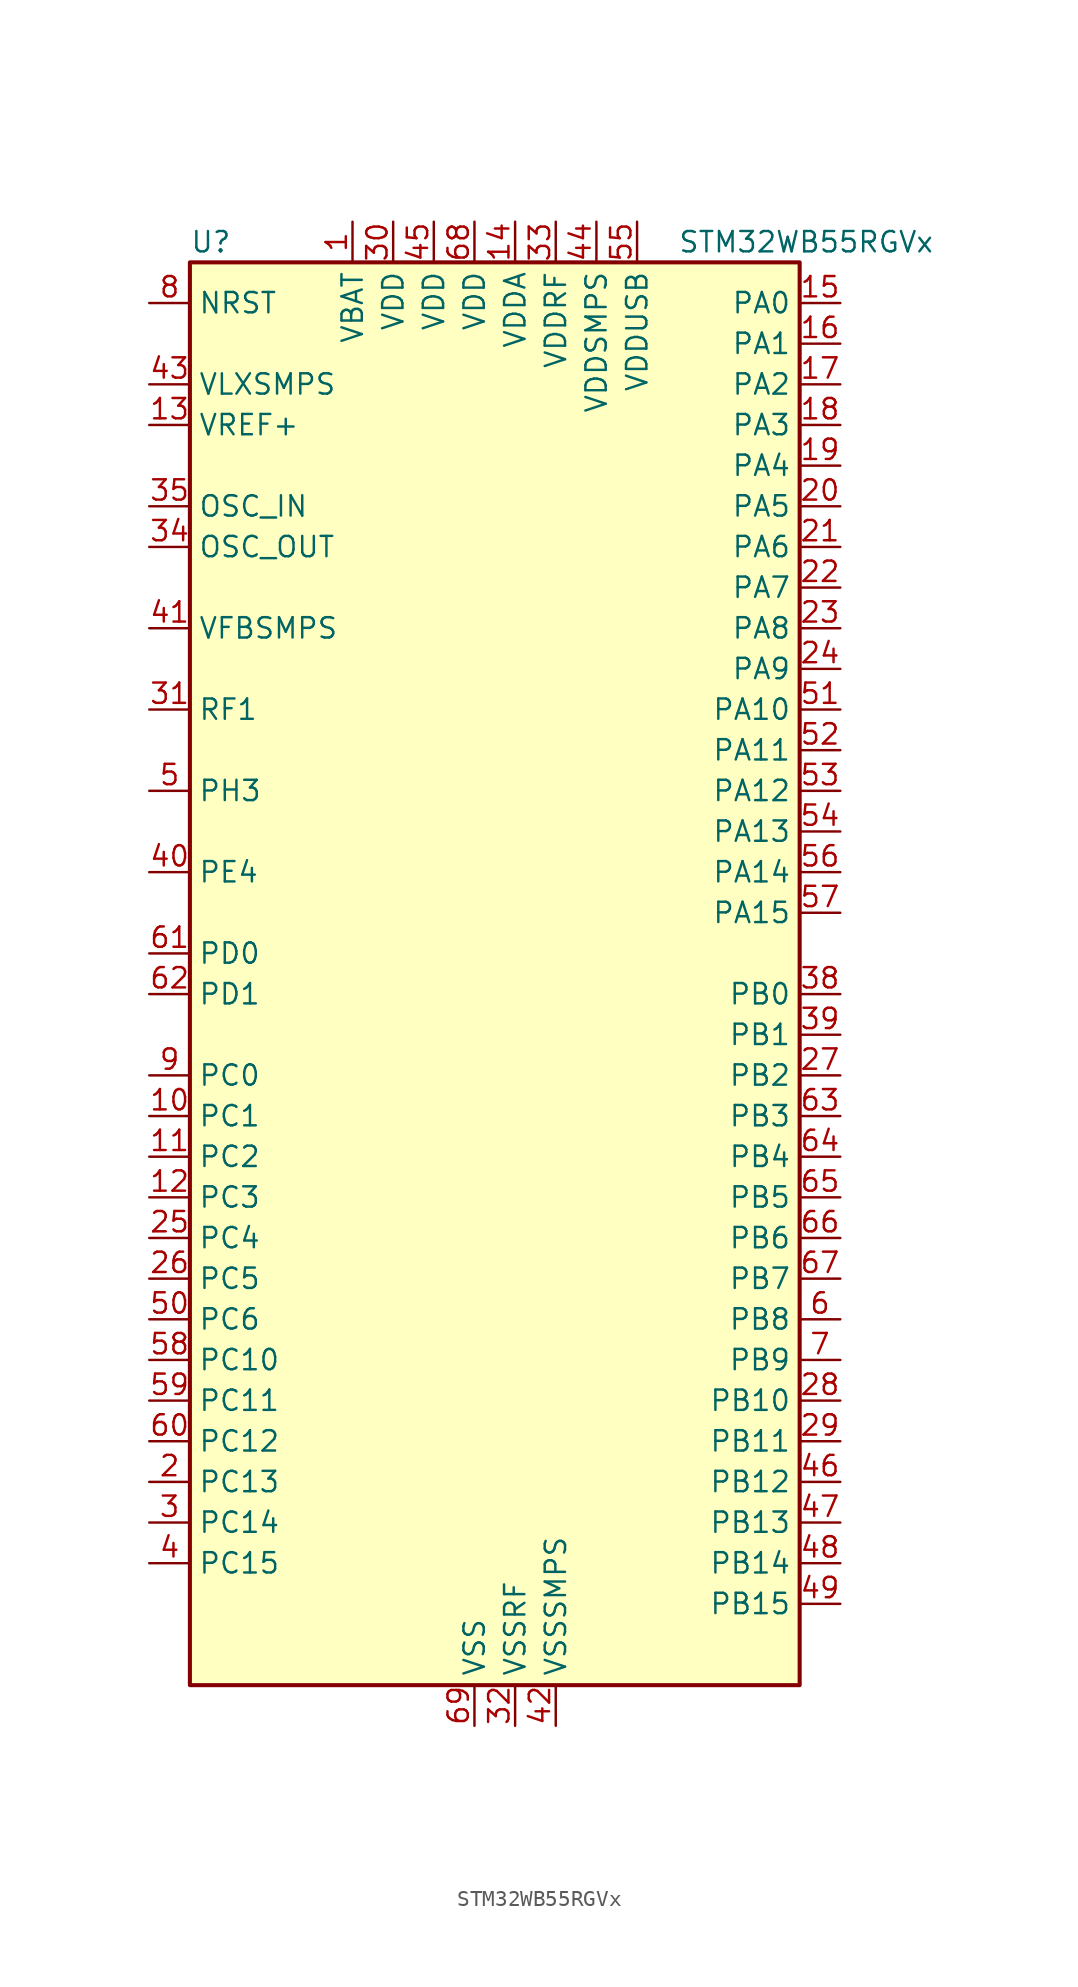
<source format=kicad_sym>
(kicad_symbol_lib
  (version 20220914)
  (generator kicad_symbol_editor)
  (symbol "STM32WB55RGVx"
    (property "Reference" "U"
      (at -17.78 46.99 0)
      (effects (font (size 1.27 1.27)) (justify left)))
    (property "Value" "STM32WB55RGVx"
      (at 12.7 46.99 0)
      (effects (font (size 1.27 1.27)) (justify left)))
    (property "ki_locked" ""
      (at 0 0 0)
      (effects (font (size 1.27 1.27))))
    (symbol "STM32WB55RGVx_0_1"
      (rectangle (start -17.78 -43.18) (end 20.32 45.72) (stroke (width 0.254) (type default)) (fill (type background))))
    (symbol "STM32WB55RGVx_1_1"
      (pin power_in line (at -7.62 48.26 270) (length 2.54) (name "VBAT" (effects (font (size 1.27 1.27)))) (number "1" (effects (font (size 1.27 1.27)))))
      (pin bidirectional line (at -20.32 -7.62 0) (length 2.54) (name "PC1" (effects (font (size 1.27 1.27)))) (number "10" (effects (font (size 1.27 1.27)))) (alternate "ADC1_IN2" bidirectional line) (alternate "I2C3_SDA" bidirectional line) (alternate "LCD_SEG19" bidirectional line) (alternate "LPTIM1_OUT" bidirectional line) (alternate "LPUART1_TX" bidirectional line) (alternate "SPI2_MOSI" bidirectional line))
      (pin bidirectional line (at -20.32 -10.16 0) (length 2.54) (name "PC2" (effects (font (size 1.27 1.27)))) (number "11" (effects (font (size 1.27 1.27)))) (alternate "ADC1_IN3" bidirectional line) (alternate "LCD_SEG20" bidirectional line) (alternate "LPTIM1_IN2" bidirectional line) (alternate "SPI2_MISO" bidirectional line))
      (pin bidirectional line (at -20.32 -12.7 0) (length 2.54) (name "PC3" (effects (font (size 1.27 1.27)))) (number "12" (effects (font (size 1.27 1.27)))) (alternate "ADC1_IN4" bidirectional line) (alternate "LCD_VLCD" bidirectional line) (alternate "LPTIM1_ETR" bidirectional line) (alternate "LPTIM2_ETR" bidirectional line) (alternate "SAI1_D1" bidirectional line) (alternate "SAI1_SD_A" bidirectional line) (alternate "SPI2_MOSI" bidirectional line))
      (pin input line (at -20.32 35.56 0) (length 2.54) (name "VREF+" (effects (font (size 1.27 1.27)))) (number "13" (effects (font (size 1.27 1.27)))) (alternate "VREFBUF_OUT" bidirectional line))
      (pin power_in line (at 2.54 48.26 270) (length 2.54) (name "VDDA" (effects (font (size 1.27 1.27)))) (number "14" (effects (font (size 1.27 1.27)))))
      (pin bidirectional line (at 22.86 43.18 180) (length 2.54) (name "PA0" (effects (font (size 1.27 1.27)))) (number "15" (effects (font (size 1.27 1.27)))) (alternate "ADC1_IN5" bidirectional line) (alternate "COMP1_INM" bidirectional line) (alternate "COMP1_OUT" bidirectional line) (alternate "RTC_TAMP2" bidirectional line) (alternate "SAI1_EXTCLK" bidirectional line) (alternate "SYS_WKUP1" bidirectional line) (alternate "TIM2_CH1" bidirectional line) (alternate "TIM2_ETR" bidirectional line))
      (pin bidirectional line (at 22.86 40.64 180) (length 2.54) (name "PA1" (effects (font (size 1.27 1.27)))) (number "16" (effects (font (size 1.27 1.27)))) (alternate "ADC1_IN6" bidirectional line) (alternate "COMP1_INP" bidirectional line) (alternate "I2C1_SMBA" bidirectional line) (alternate "LCD_SEG0" bidirectional line) (alternate "SPI1_SCK" bidirectional line) (alternate "TIM2_CH2" bidirectional line))
      (pin bidirectional line (at 22.86 38.1 180) (length 2.54) (name "PA2" (effects (font (size 1.27 1.27)))) (number "17" (effects (font (size 1.27 1.27)))) (alternate "ADC1_IN7" bidirectional line) (alternate "COMP2_INM" bidirectional line) (alternate "COMP2_OUT" bidirectional line) (alternate "LCD_SEG1" bidirectional line) (alternate "LPUART1_TX" bidirectional line) (alternate "QUADSPI_BK1_NCS" bidirectional line) (alternate "RCC_LSCO" bidirectional line) (alternate "SYS_WKUP4" bidirectional line) (alternate "TIM2_CH3" bidirectional line))
      (pin bidirectional line (at 22.86 35.56 180) (length 2.54) (name "PA3" (effects (font (size 1.27 1.27)))) (number "18" (effects (font (size 1.27 1.27)))) (alternate "ADC1_IN8" bidirectional line) (alternate "COMP2_INP" bidirectional line) (alternate "LCD_SEG2" bidirectional line) (alternate "LPUART1_RX" bidirectional line) (alternate "QUADSPI_CLK" bidirectional line) (alternate "SAI1_CK1" bidirectional line) (alternate "SAI1_MCLK_A" bidirectional line) (alternate "TIM2_CH4" bidirectional line))
      (pin bidirectional line (at 22.86 33.02 180) (length 2.54) (name "PA4" (effects (font (size 1.27 1.27)))) (number "19" (effects (font (size 1.27 1.27)))) (alternate "ADC1_IN9" bidirectional line) (alternate "COMP1_INM" bidirectional line) (alternate "COMP2_INM" bidirectional line) (alternate "LCD_SEG5" bidirectional line) (alternate "LPTIM2_OUT" bidirectional line) (alternate "SAI1_FS_B" bidirectional line) (alternate "SPI1_NSS" bidirectional line))
      (pin bidirectional line (at -20.32 -30.48 0) (length 2.54) (name "PC13" (effects (font (size 1.27 1.27)))) (number "2" (effects (font (size 1.27 1.27)))) (alternate "RTC_OUT1" bidirectional line) (alternate "RTC_TAMP1" bidirectional line) (alternate "RTC_TS" bidirectional line) (alternate "SYS_WKUP2" bidirectional line))
      (pin bidirectional line (at 22.86 30.48 180) (length 2.54) (name "PA5" (effects (font (size 1.27 1.27)))) (number "20" (effects (font (size 1.27 1.27)))) (alternate "ADC1_IN10" bidirectional line) (alternate "COMP1_INM" bidirectional line) (alternate "COMP2_INM" bidirectional line) (alternate "LPTIM2_ETR" bidirectional line) (alternate "SAI1_SD_B" bidirectional line) (alternate "SPI1_SCK" bidirectional line) (alternate "TIM2_CH1" bidirectional line) (alternate "TIM2_ETR" bidirectional line))
      (pin bidirectional line (at 22.86 27.94 180) (length 2.54) (name "PA6" (effects (font (size 1.27 1.27)))) (number "21" (effects (font (size 1.27 1.27)))) (alternate "ADC1_IN11" bidirectional line) (alternate "LCD_SEG3" bidirectional line) (alternate "LPUART1_CTS" bidirectional line) (alternate "QUADSPI_BK1_IO3" bidirectional line) (alternate "SPI1_MISO" bidirectional line) (alternate "TIM16_CH1" bidirectional line) (alternate "TIM1_BKIN" bidirectional line))
      (pin bidirectional line (at 22.86 25.4 180) (length 2.54) (name "PA7" (effects (font (size 1.27 1.27)))) (number "22" (effects (font (size 1.27 1.27)))) (alternate "ADC1_IN12" bidirectional line) (alternate "COMP2_OUT" bidirectional line) (alternate "I2C3_SCL" bidirectional line) (alternate "LCD_SEG4" bidirectional line) (alternate "QUADSPI_BK1_IO2" bidirectional line) (alternate "SPI1_MOSI" bidirectional line) (alternate "TIM17_CH1" bidirectional line) (alternate "TIM1_CH1N" bidirectional line))
      (pin bidirectional line (at 22.86 22.86 180) (length 2.54) (name "PA8" (effects (font (size 1.27 1.27)))) (number "23" (effects (font (size 1.27 1.27)))) (alternate "ADC1_IN15" bidirectional line) (alternate "LCD_COM0" bidirectional line) (alternate "LPTIM2_OUT" bidirectional line) (alternate "RCC_MCO" bidirectional line) (alternate "SAI1_CK2" bidirectional line) (alternate "SAI1_SCK_A" bidirectional line) (alternate "TIM1_CH1" bidirectional line) (alternate "USART1_CK" bidirectional line))
      (pin bidirectional line (at 22.86 20.32 180) (length 2.54) (name "PA9" (effects (font (size 1.27 1.27)))) (number "24" (effects (font (size 1.27 1.27)))) (alternate "ADC1_IN16" bidirectional line) (alternate "COMP1_INM" bidirectional line) (alternate "I2C1_SCL" bidirectional line) (alternate "LCD_COM1" bidirectional line) (alternate "SAI1_D2" bidirectional line) (alternate "SAI1_FS_A" bidirectional line) (alternate "SPI2_SCK" bidirectional line) (alternate "TIM1_CH2" bidirectional line) (alternate "USART1_TX" bidirectional line))
      (pin bidirectional line (at -20.32 -15.24 0) (length 2.54) (name "PC4" (effects (font (size 1.27 1.27)))) (number "25" (effects (font (size 1.27 1.27)))) (alternate "ADC1_IN13" bidirectional line) (alternate "COMP1_INM" bidirectional line) (alternate "LCD_SEG22" bidirectional line))
      (pin bidirectional line (at -20.32 -17.78 0) (length 2.54) (name "PC5" (effects (font (size 1.27 1.27)))) (number "26" (effects (font (size 1.27 1.27)))) (alternate "ADC1_IN14" bidirectional line) (alternate "COMP1_INP" bidirectional line) (alternate "LCD_SEG23" bidirectional line) (alternate "SAI1_D3" bidirectional line) (alternate "SYS_WKUP5" bidirectional line))
      (pin bidirectional line (at 22.86 -5.08 180) (length 2.54) (name "PB2" (effects (font (size 1.27 1.27)))) (number "27" (effects (font (size 1.27 1.27)))) (alternate "COMP1_INP" bidirectional line) (alternate "I2C3_SMBA" bidirectional line) (alternate "LCD_VLCD" bidirectional line) (alternate "LPTIM1_OUT" bidirectional line) (alternate "RTC_OUT2" bidirectional line) (alternate "SAI1_EXTCLK" bidirectional line) (alternate "SPI1_NSS" bidirectional line))
      (pin bidirectional line (at 22.86 -25.4 180) (length 2.54) (name "PB10" (effects (font (size 1.27 1.27)))) (number "28" (effects (font (size 1.27 1.27)))) (alternate "COMP1_OUT" bidirectional line) (alternate "I2C3_SCL" bidirectional line) (alternate "LCD_SEG10" bidirectional line) (alternate "LPUART1_RX" bidirectional line) (alternate "QUADSPI_CLK" bidirectional line) (alternate "SAI1_SCK_A" bidirectional line) (alternate "SPI2_SCK" bidirectional line) (alternate "TIM2_CH3" bidirectional line) (alternate "TSC_SYNC" bidirectional line))
      (pin bidirectional line (at 22.86 -27.94 180) (length 2.54) (name "PB11" (effects (font (size 1.27 1.27)))) (number "29" (effects (font (size 1.27 1.27)))) (alternate "ADC1_EXTI11" bidirectional line) (alternate "COMP2_OUT" bidirectional line) (alternate "I2C3_SDA" bidirectional line) (alternate "LCD_SEG11" bidirectional line) (alternate "LPUART1_TX" bidirectional line) (alternate "QUADSPI_BK1_NCS" bidirectional line) (alternate "TIM2_CH4" bidirectional line))
      (pin bidirectional line (at -20.32 -33.02 0) (length 2.54) (name "PC14" (effects (font (size 1.27 1.27)))) (number "3" (effects (font (size 1.27 1.27)))) (alternate "RCC_OSC32_IN" bidirectional line))
      (pin power_in line (at -5.08 48.26 270) (length 2.54) (name "VDD" (effects (font (size 1.27 1.27)))) (number "30" (effects (font (size 1.27 1.27)))))
      (pin bidirectional line (at -20.32 17.78 0) (length 2.54) (name "RF1" (effects (font (size 1.27 1.27)))) (number "31" (effects (font (size 1.27 1.27)))) (alternate "RF_RF1" bidirectional line))
      (pin power_in line (at 2.54 -45.72 90) (length 2.54) (name "VSSRF" (effects (font (size 1.27 1.27)))) (number "32" (effects (font (size 1.27 1.27)))))
      (pin power_in line (at 5.08 48.26 270) (length 2.54) (name "VDDRF" (effects (font (size 1.27 1.27)))) (number "33" (effects (font (size 1.27 1.27)))))
      (pin input line (at -20.32 27.94 0) (length 2.54) (name "OSC_OUT" (effects (font (size 1.27 1.27)))) (number "34" (effects (font (size 1.27 1.27)))) (alternate "RCC_OSC_OUT" bidirectional line))
      (pin input line (at -20.32 30.48 0) (length 2.54) (name "OSC_IN" (effects (font (size 1.27 1.27)))) (number "35" (effects (font (size 1.27 1.27)))) (alternate "RCC_OSC_IN" bidirectional line))
      (pin no_connect line (at -17.78 -43.18 0) (length 2.54) hide (name "AT0" (effects (font (size 1.27 1.27)))) (number "36" (effects (font (size 1.27 1.27)))))
      (pin no_connect line (at -17.78 -40.64 0) (length 2.54) hide (name "AT1" (effects (font (size 1.27 1.27)))) (number "37" (effects (font (size 1.27 1.27)))))
      (pin bidirectional line (at 22.86 0 180) (length 2.54) (name "PB0" (effects (font (size 1.27 1.27)))) (number "38" (effects (font (size 1.27 1.27)))) (alternate "COMP1_OUT" bidirectional line) (alternate "RF_TX_MOD_EXT_PA" bidirectional line))
      (pin bidirectional line (at 22.86 -2.54 180) (length 2.54) (name "PB1" (effects (font (size 1.27 1.27)))) (number "39" (effects (font (size 1.27 1.27)))) (alternate "LPTIM2_IN1" bidirectional line) (alternate "LPUART1_DE" bidirectional line) (alternate "LPUART1_RTS" bidirectional line))
      (pin bidirectional line (at -20.32 -35.56 0) (length 2.54) (name "PC15" (effects (font (size 1.27 1.27)))) (number "4" (effects (font (size 1.27 1.27)))) (alternate "ADC1_EXTI15" bidirectional line) (alternate "RCC_OSC32_OUT" bidirectional line))
      (pin bidirectional line (at -20.32 7.62 0) (length 2.54) (name "PE4" (effects (font (size 1.27 1.27)))) (number "40" (effects (font (size 1.27 1.27)))))
      (pin input line (at -20.32 22.86 0) (length 2.54) (name "VFBSMPS" (effects (font (size 1.27 1.27)))) (number "41" (effects (font (size 1.27 1.27)))))
      (pin power_in line (at 5.08 -45.72 90) (length 2.54) (name "VSSSMPS" (effects (font (size 1.27 1.27)))) (number "42" (effects (font (size 1.27 1.27)))))
      (pin power_in line (at -20.32 38.1 0) (length 2.54) (name "VLXSMPS" (effects (font (size 1.27 1.27)))) (number "43" (effects (font (size 1.27 1.27)))))
      (pin power_in line (at 7.62 48.26 270) (length 2.54) (name "VDDSMPS" (effects (font (size 1.27 1.27)))) (number "44" (effects (font (size 1.27 1.27)))))
      (pin power_in line (at -2.54 48.26 270) (length 2.54) (name "VDD" (effects (font (size 1.27 1.27)))) (number "45" (effects (font (size 1.27 1.27)))))
      (pin bidirectional line (at 22.86 -30.48 180) (length 2.54) (name "PB12" (effects (font (size 1.27 1.27)))) (number "46" (effects (font (size 1.27 1.27)))) (alternate "I2C3_SMBA" bidirectional line) (alternate "LCD_SEG12" bidirectional line) (alternate "LPUART1_DE" bidirectional line) (alternate "LPUART1_RTS" bidirectional line) (alternate "SAI1_FS_A" bidirectional line) (alternate "SPI2_NSS" bidirectional line) (alternate "TIM1_BKIN" bidirectional line) (alternate "TSC_G1_IO1" bidirectional line))
      (pin bidirectional line (at 22.86 -33.02 180) (length 2.54) (name "PB13" (effects (font (size 1.27 1.27)))) (number "47" (effects (font (size 1.27 1.27)))) (alternate "I2C3_SCL" bidirectional line) (alternate "LCD_SEG13" bidirectional line) (alternate "LPUART1_CTS" bidirectional line) (alternate "SAI1_SCK_A" bidirectional line) (alternate "SPI2_SCK" bidirectional line) (alternate "TIM1_CH1N" bidirectional line) (alternate "TSC_G1_IO2" bidirectional line))
      (pin bidirectional line (at 22.86 -35.56 180) (length 2.54) (name "PB14" (effects (font (size 1.27 1.27)))) (number "48" (effects (font (size 1.27 1.27)))) (alternate "I2C3_SDA" bidirectional line) (alternate "LCD_SEG14" bidirectional line) (alternate "SAI1_MCLK_A" bidirectional line) (alternate "SPI2_MISO" bidirectional line) (alternate "TIM1_CH2N" bidirectional line) (alternate "TSC_G1_IO3" bidirectional line))
      (pin bidirectional line (at 22.86 -38.1 180) (length 2.54) (name "PB15" (effects (font (size 1.27 1.27)))) (number "49" (effects (font (size 1.27 1.27)))) (alternate "ADC1_EXTI15" bidirectional line) (alternate "LCD_SEG15" bidirectional line) (alternate "RTC_REFIN" bidirectional line) (alternate "SAI1_SD_A" bidirectional line) (alternate "SPI2_MOSI" bidirectional line) (alternate "TIM1_CH3N" bidirectional line) (alternate "TSC_G1_IO4" bidirectional line))
      (pin bidirectional line (at -20.32 12.7 0) (length 2.54) (name "PH3" (effects (font (size 1.27 1.27)))) (number "5" (effects (font (size 1.27 1.27)))) (alternate "RCC_LSCO" bidirectional line))
      (pin bidirectional line (at -20.32 -20.32 0) (length 2.54) (name "PC6" (effects (font (size 1.27 1.27)))) (number "50" (effects (font (size 1.27 1.27)))) (alternate "LCD_SEG24" bidirectional line))
      (pin bidirectional line (at 22.86 17.78 180) (length 2.54) (name "PA10" (effects (font (size 1.27 1.27)))) (number "51" (effects (font (size 1.27 1.27)))) (alternate "CRS_SYNC" bidirectional line) (alternate "I2C1_SDA" bidirectional line) (alternate "LCD_COM2" bidirectional line) (alternate "SAI1_D1" bidirectional line) (alternate "SAI1_SD_A" bidirectional line) (alternate "TIM17_BKIN" bidirectional line) (alternate "TIM1_CH3" bidirectional line) (alternate "USART1_RX" bidirectional line))
      (pin bidirectional line (at 22.86 15.24 180) (length 2.54) (name "PA11" (effects (font (size 1.27 1.27)))) (number "52" (effects (font (size 1.27 1.27)))) (alternate "ADC1_EXTI11" bidirectional line) (alternate "SPI1_MISO" bidirectional line) (alternate "TIM1_BKIN2" bidirectional line) (alternate "TIM1_CH4" bidirectional line) (alternate "USART1_CTS" bidirectional line) (alternate "USART1_NSS" bidirectional line) (alternate "USB_DM" bidirectional line))
      (pin bidirectional line (at 22.86 12.7 180) (length 2.54) (name "PA12" (effects (font (size 1.27 1.27)))) (number "53" (effects (font (size 1.27 1.27)))) (alternate "LPUART1_RX" bidirectional line) (alternate "SPI1_MOSI" bidirectional line) (alternate "TIM1_ETR" bidirectional line) (alternate "USART1_DE" bidirectional line) (alternate "USART1_RTS" bidirectional line) (alternate "USB_DP" bidirectional line))
      (pin bidirectional line (at 22.86 10.16 180) (length 2.54) (name "PA13" (effects (font (size 1.27 1.27)))) (number "54" (effects (font (size 1.27 1.27)))) (alternate "IR_OUT" bidirectional line) (alternate "SAI1_SD_B" bidirectional line) (alternate "SYS_JTMS-SWDIO" bidirectional line) (alternate "USB_NOE" bidirectional line))
      (pin power_in line (at 10.16 48.26 270) (length 2.54) (name "VDDUSB" (effects (font (size 1.27 1.27)))) (number "55" (effects (font (size 1.27 1.27)))))
      (pin bidirectional line (at 22.86 7.62 180) (length 2.54) (name "PA14" (effects (font (size 1.27 1.27)))) (number "56" (effects (font (size 1.27 1.27)))) (alternate "I2C1_SMBA" bidirectional line) (alternate "LCD_SEG5" bidirectional line) (alternate "LPTIM1_OUT" bidirectional line) (alternate "SAI1_FS_B" bidirectional line) (alternate "SYS_JTCK-SWCLK" bidirectional line))
      (pin bidirectional line (at 22.86 5.08 180) (length 2.54) (name "PA15" (effects (font (size 1.27 1.27)))) (number "57" (effects (font (size 1.27 1.27)))) (alternate "ADC1_EXTI15" bidirectional line) (alternate "LCD_SEG17" bidirectional line) (alternate "RCC_MCO" bidirectional line) (alternate "SPI1_NSS" bidirectional line) (alternate "SYS_JTDI" bidirectional line) (alternate "TIM2_CH1" bidirectional line) (alternate "TIM2_ETR" bidirectional line) (alternate "TSC_G3_IO1" bidirectional line))
      (pin bidirectional line (at -20.32 -22.86 0) (length 2.54) (name "PC10" (effects (font (size 1.27 1.27)))) (number "58" (effects (font (size 1.27 1.27)))) (alternate "LCD_COM4" bidirectional line) (alternate "LCD_SEG28" bidirectional line) (alternate "LCD_SEG40" bidirectional line) (alternate "SYS_TRACED1" bidirectional line) (alternate "TSC_G3_IO2" bidirectional line))
      (pin bidirectional line (at -20.32 -25.4 0) (length 2.54) (name "PC11" (effects (font (size 1.27 1.27)))) (number "59" (effects (font (size 1.27 1.27)))) (alternate "ADC1_EXTI11" bidirectional line) (alternate "LCD_COM5" bidirectional line) (alternate "LCD_SEG29" bidirectional line) (alternate "LCD_SEG41" bidirectional line) (alternate "TSC_G3_IO3" bidirectional line))
      (pin bidirectional line (at 22.86 -20.32 180) (length 2.54) (name "PB8" (effects (font (size 1.27 1.27)))) (number "6" (effects (font (size 1.27 1.27)))) (alternate "I2C1_SCL" bidirectional line) (alternate "LCD_SEG16" bidirectional line) (alternate "QUADSPI_BK1_IO1" bidirectional line) (alternate "SAI1_CK1" bidirectional line) (alternate "SAI1_MCLK_A" bidirectional line) (alternate "TIM16_CH1" bidirectional line) (alternate "TIM1_CH2N" bidirectional line))
      (pin bidirectional line (at -20.32 -27.94 0) (length 2.54) (name "PC12" (effects (font (size 1.27 1.27)))) (number "60" (effects (font (size 1.27 1.27)))) (alternate "LCD_COM6" bidirectional line) (alternate "LCD_SEG30" bidirectional line) (alternate "LCD_SEG42" bidirectional line) (alternate "RCC_LSCO" bidirectional line) (alternate "RTC_TAMP3" bidirectional line) (alternate "SYS_TRACED3" bidirectional line) (alternate "SYS_WKUP3" bidirectional line) (alternate "TSC_G3_IO4" bidirectional line))
      (pin bidirectional line (at -20.32 2.54 0) (length 2.54) (name "PD0" (effects (font (size 1.27 1.27)))) (number "61" (effects (font (size 1.27 1.27)))) (alternate "SPI2_NSS" bidirectional line))
      (pin bidirectional line (at -20.32 0 0) (length 2.54) (name "PD1" (effects (font (size 1.27 1.27)))) (number "62" (effects (font (size 1.27 1.27)))) (alternate "SPI2_SCK" bidirectional line))
      (pin bidirectional line (at 22.86 -7.62 180) (length 2.54) (name "PB3" (effects (font (size 1.27 1.27)))) (number "63" (effects (font (size 1.27 1.27)))) (alternate "COMP2_INM" bidirectional line) (alternate "LCD_SEG7" bidirectional line) (alternate "SAI1_SCK_B" bidirectional line) (alternate "SPI1_SCK" bidirectional line) (alternate "SYS_JTDO-SWO" bidirectional line) (alternate "TIM2_CH2" bidirectional line) (alternate "USART1_DE" bidirectional line) (alternate "USART1_RTS" bidirectional line))
      (pin bidirectional line (at 22.86 -10.16 180) (length 2.54) (name "PB4" (effects (font (size 1.27 1.27)))) (number "64" (effects (font (size 1.27 1.27)))) (alternate "COMP2_INP" bidirectional line) (alternate "I2C3_SDA" bidirectional line) (alternate "LCD_SEG8" bidirectional line) (alternate "SAI1_MCLK_B" bidirectional line) (alternate "SPI1_MISO" bidirectional line) (alternate "SYS_JTRST" bidirectional line) (alternate "TIM17_BKIN" bidirectional line) (alternate "TSC_G2_IO1" bidirectional line) (alternate "USART1_CTS" bidirectional line) (alternate "USART1_NSS" bidirectional line))
      (pin bidirectional line (at 22.86 -12.7 180) (length 2.54) (name "PB5" (effects (font (size 1.27 1.27)))) (number "65" (effects (font (size 1.27 1.27)))) (alternate "COMP2_OUT" bidirectional line) (alternate "I2C1_SMBA" bidirectional line) (alternate "LCD_SEG9" bidirectional line) (alternate "LPTIM1_IN1" bidirectional line) (alternate "LPUART1_TX" bidirectional line) (alternate "SAI1_SD_B" bidirectional line) (alternate "SPI1_MOSI" bidirectional line) (alternate "TIM16_BKIN" bidirectional line) (alternate "TSC_G2_IO2" bidirectional line) (alternate "USART1_CK" bidirectional line))
      (pin bidirectional line (at 22.86 -15.24 180) (length 2.54) (name "PB6" (effects (font (size 1.27 1.27)))) (number "66" (effects (font (size 1.27 1.27)))) (alternate "COMP2_INP" bidirectional line) (alternate "I2C1_SCL" bidirectional line) (alternate "LCD_SEG6" bidirectional line) (alternate "LPTIM1_ETR" bidirectional line) (alternate "RCC_MCO" bidirectional line) (alternate "SAI1_FS_B" bidirectional line) (alternate "TIM16_CH1N" bidirectional line) (alternate "TSC_G2_IO3" bidirectional line) (alternate "USART1_TX" bidirectional line))
      (pin bidirectional line (at 22.86 -17.78 180) (length 2.54) (name "PB7" (effects (font (size 1.27 1.27)))) (number "67" (effects (font (size 1.27 1.27)))) (alternate "COMP2_INM" bidirectional line) (alternate "I2C1_SDA" bidirectional line) (alternate "LCD_SEG21" bidirectional line) (alternate "LPTIM1_IN2" bidirectional line) (alternate "SYS_PVD_IN" bidirectional line) (alternate "TIM17_CH1N" bidirectional line) (alternate "TIM1_BKIN" bidirectional line) (alternate "TSC_G2_IO4" bidirectional line) (alternate "USART1_RX" bidirectional line))
      (pin power_in line (at 0 48.26 270) (length 2.54) (name "VDD" (effects (font (size 1.27 1.27)))) (number "68" (effects (font (size 1.27 1.27)))))
      (pin power_in line (at 0 -45.72 90) (length 2.54) (name "VSS" (effects (font (size 1.27 1.27)))) (number "69" (effects (font (size 1.27 1.27)))))
      (pin bidirectional line (at 22.86 -22.86 180) (length 2.54) (name "PB9" (effects (font (size 1.27 1.27)))) (number "7" (effects (font (size 1.27 1.27)))) (alternate "I2C1_SDA" bidirectional line) (alternate "IR_OUT" bidirectional line) (alternate "LCD_COM3" bidirectional line) (alternate "QUADSPI_BK1_IO0" bidirectional line) (alternate "SAI1_D2" bidirectional line) (alternate "SAI1_FS_A" bidirectional line) (alternate "SPI2_NSS" bidirectional line) (alternate "TIM17_CH1" bidirectional line) (alternate "TIM1_CH3N" bidirectional line))
      (pin input line (at -20.32 43.18 0) (length 2.54) (name "NRST" (effects (font (size 1.27 1.27)))) (number "8" (effects (font (size 1.27 1.27)))))
      (pin bidirectional line (at -20.32 -5.08 0) (length 2.54) (name "PC0" (effects (font (size 1.27 1.27)))) (number "9" (effects (font (size 1.27 1.27)))) (alternate "ADC1_IN1" bidirectional line) (alternate "I2C3_SCL" bidirectional line) (alternate "LCD_SEG18" bidirectional line) (alternate "LPTIM1_IN1" bidirectional line) (alternate "LPTIM2_IN1" bidirectional line) (alternate "LPUART1_RX" bidirectional line)))))
</source>
